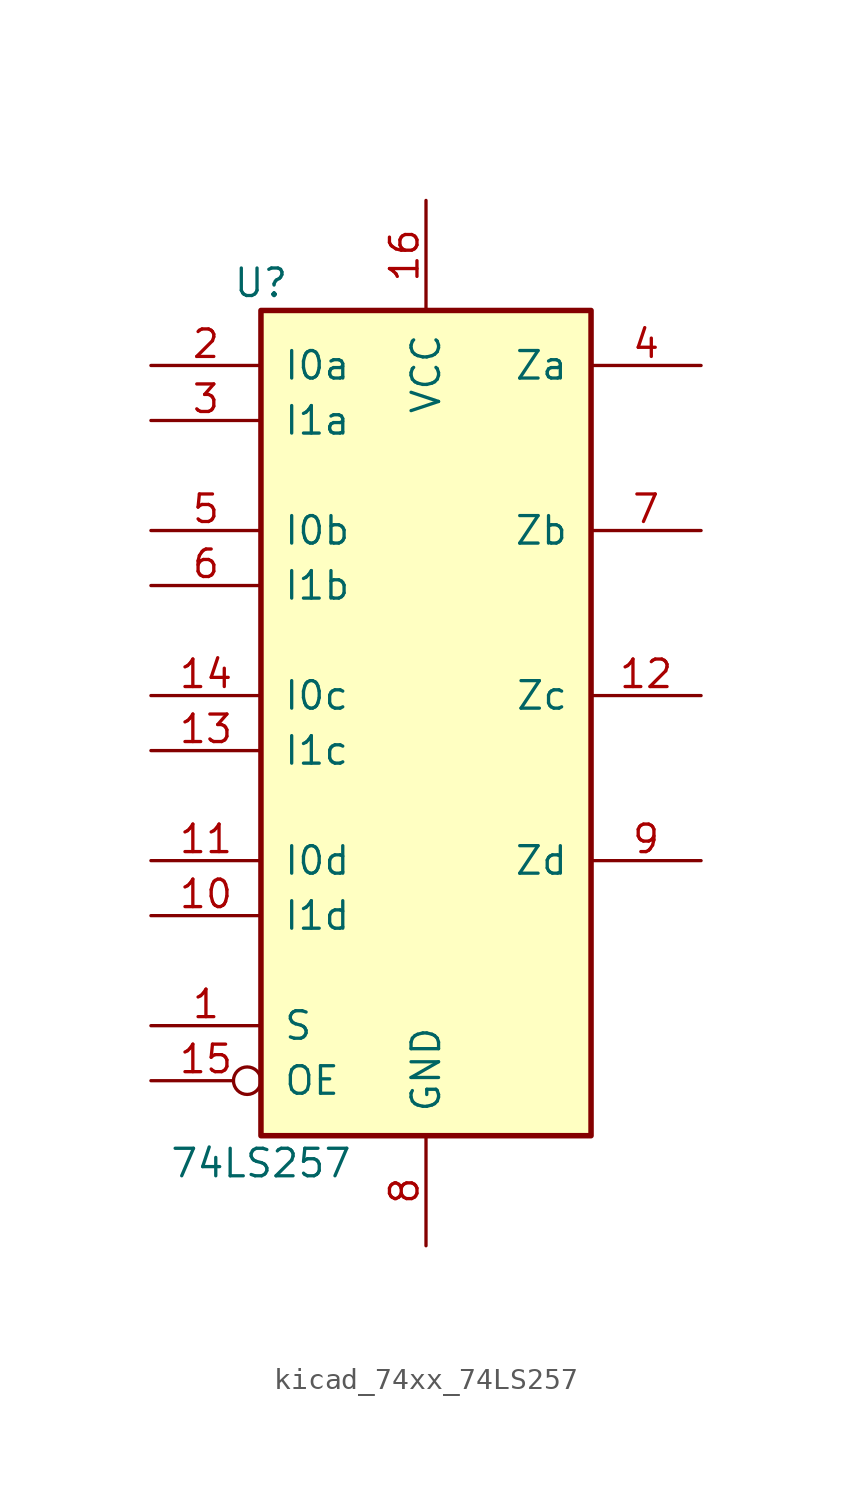
<source format=kicad_sym>
(kicad_symbol_lib
  (version 20220914)
  (generator kicad_symbol_editor)
  (symbol "kicad_74xx_74LS257"
    (pin_names
      (offset 1.016))
    (property "Reference" "U"
      (at -7.62 19.05 0)
      (effects (font (size 1.27 1.27))))
    (property "Value" "74LS257"
      (at -7.62 -21.59 0)
      (effects (font (size 1.27 1.27))))
    (property "ki_locked" ""
      (at 0 0 0)
      (effects (font (size 1.27 1.27))))
    (symbol "kicad_74xx_74LS257_1_0"
      (pin input line (at -12.7 -15.24 0) (length 5.08) (name "S" (effects (font (size 1.27 1.27)))) (number "1" (effects (font (size 1.27 1.27)))))
      (pin input line (at -12.7 -10.16 0) (length 5.08) (name "I1d" (effects (font (size 1.27 1.27)))) (number "10" (effects (font (size 1.27 1.27)))))
      (pin input line (at -12.7 -7.62 0) (length 5.08) (name "I0d" (effects (font (size 1.27 1.27)))) (number "11" (effects (font (size 1.27 1.27)))))
      (pin tri_state line (at 12.7 0 180) (length 5.08) (name "Zc" (effects (font (size 1.27 1.27)))) (number "12" (effects (font (size 1.27 1.27)))))
      (pin input line (at -12.7 -2.54 0) (length 5.08) (name "I1c" (effects (font (size 1.27 1.27)))) (number "13" (effects (font (size 1.27 1.27)))))
      (pin input line (at -12.7 0 0) (length 5.08) (name "I0c" (effects (font (size 1.27 1.27)))) (number "14" (effects (font (size 1.27 1.27)))))
      (pin input inverted (at -12.7 -17.78 0) (length 5.08) (name "OE" (effects (font (size 1.27 1.27)))) (number "15" (effects (font (size 1.27 1.27)))))
      (pin power_in line (at 0 22.86 270) (length 5.08) (name "VCC" (effects (font (size 1.27 1.27)))) (number "16" (effects (font (size 1.27 1.27)))))
      (pin input line (at -12.7 15.24 0) (length 5.08) (name "I0a" (effects (font (size 1.27 1.27)))) (number "2" (effects (font (size 1.27 1.27)))))
      (pin input line (at -12.7 12.7 0) (length 5.08) (name "I1a" (effects (font (size 1.27 1.27)))) (number "3" (effects (font (size 1.27 1.27)))))
      (pin tri_state line (at 12.7 15.24 180) (length 5.08) (name "Za" (effects (font (size 1.27 1.27)))) (number "4" (effects (font (size 1.27 1.27)))))
      (pin input line (at -12.7 7.62 0) (length 5.08) (name "I0b" (effects (font (size 1.27 1.27)))) (number "5" (effects (font (size 1.27 1.27)))))
      (pin input line (at -12.7 5.08 0) (length 5.08) (name "I1b" (effects (font (size 1.27 1.27)))) (number "6" (effects (font (size 1.27 1.27)))))
      (pin tri_state line (at 12.7 7.62 180) (length 5.08) (name "Zb" (effects (font (size 1.27 1.27)))) (number "7" (effects (font (size 1.27 1.27)))))
      (pin power_in line (at 0 -25.4 90) (length 5.08) (name "GND" (effects (font (size 1.27 1.27)))) (number "8" (effects (font (size 1.27 1.27)))))
      (pin tri_state line (at 12.7 -7.62 180) (length 5.08) (name "Zd" (effects (font (size 1.27 1.27)))) (number "9" (effects (font (size 1.27 1.27))))))
    (symbol "kicad_74xx_74LS257_1_1"
      (rectangle (start -7.62 17.78) (end 7.62 -20.32) (stroke (width 0.254) (type default)) (fill (type background))))))
</source>
